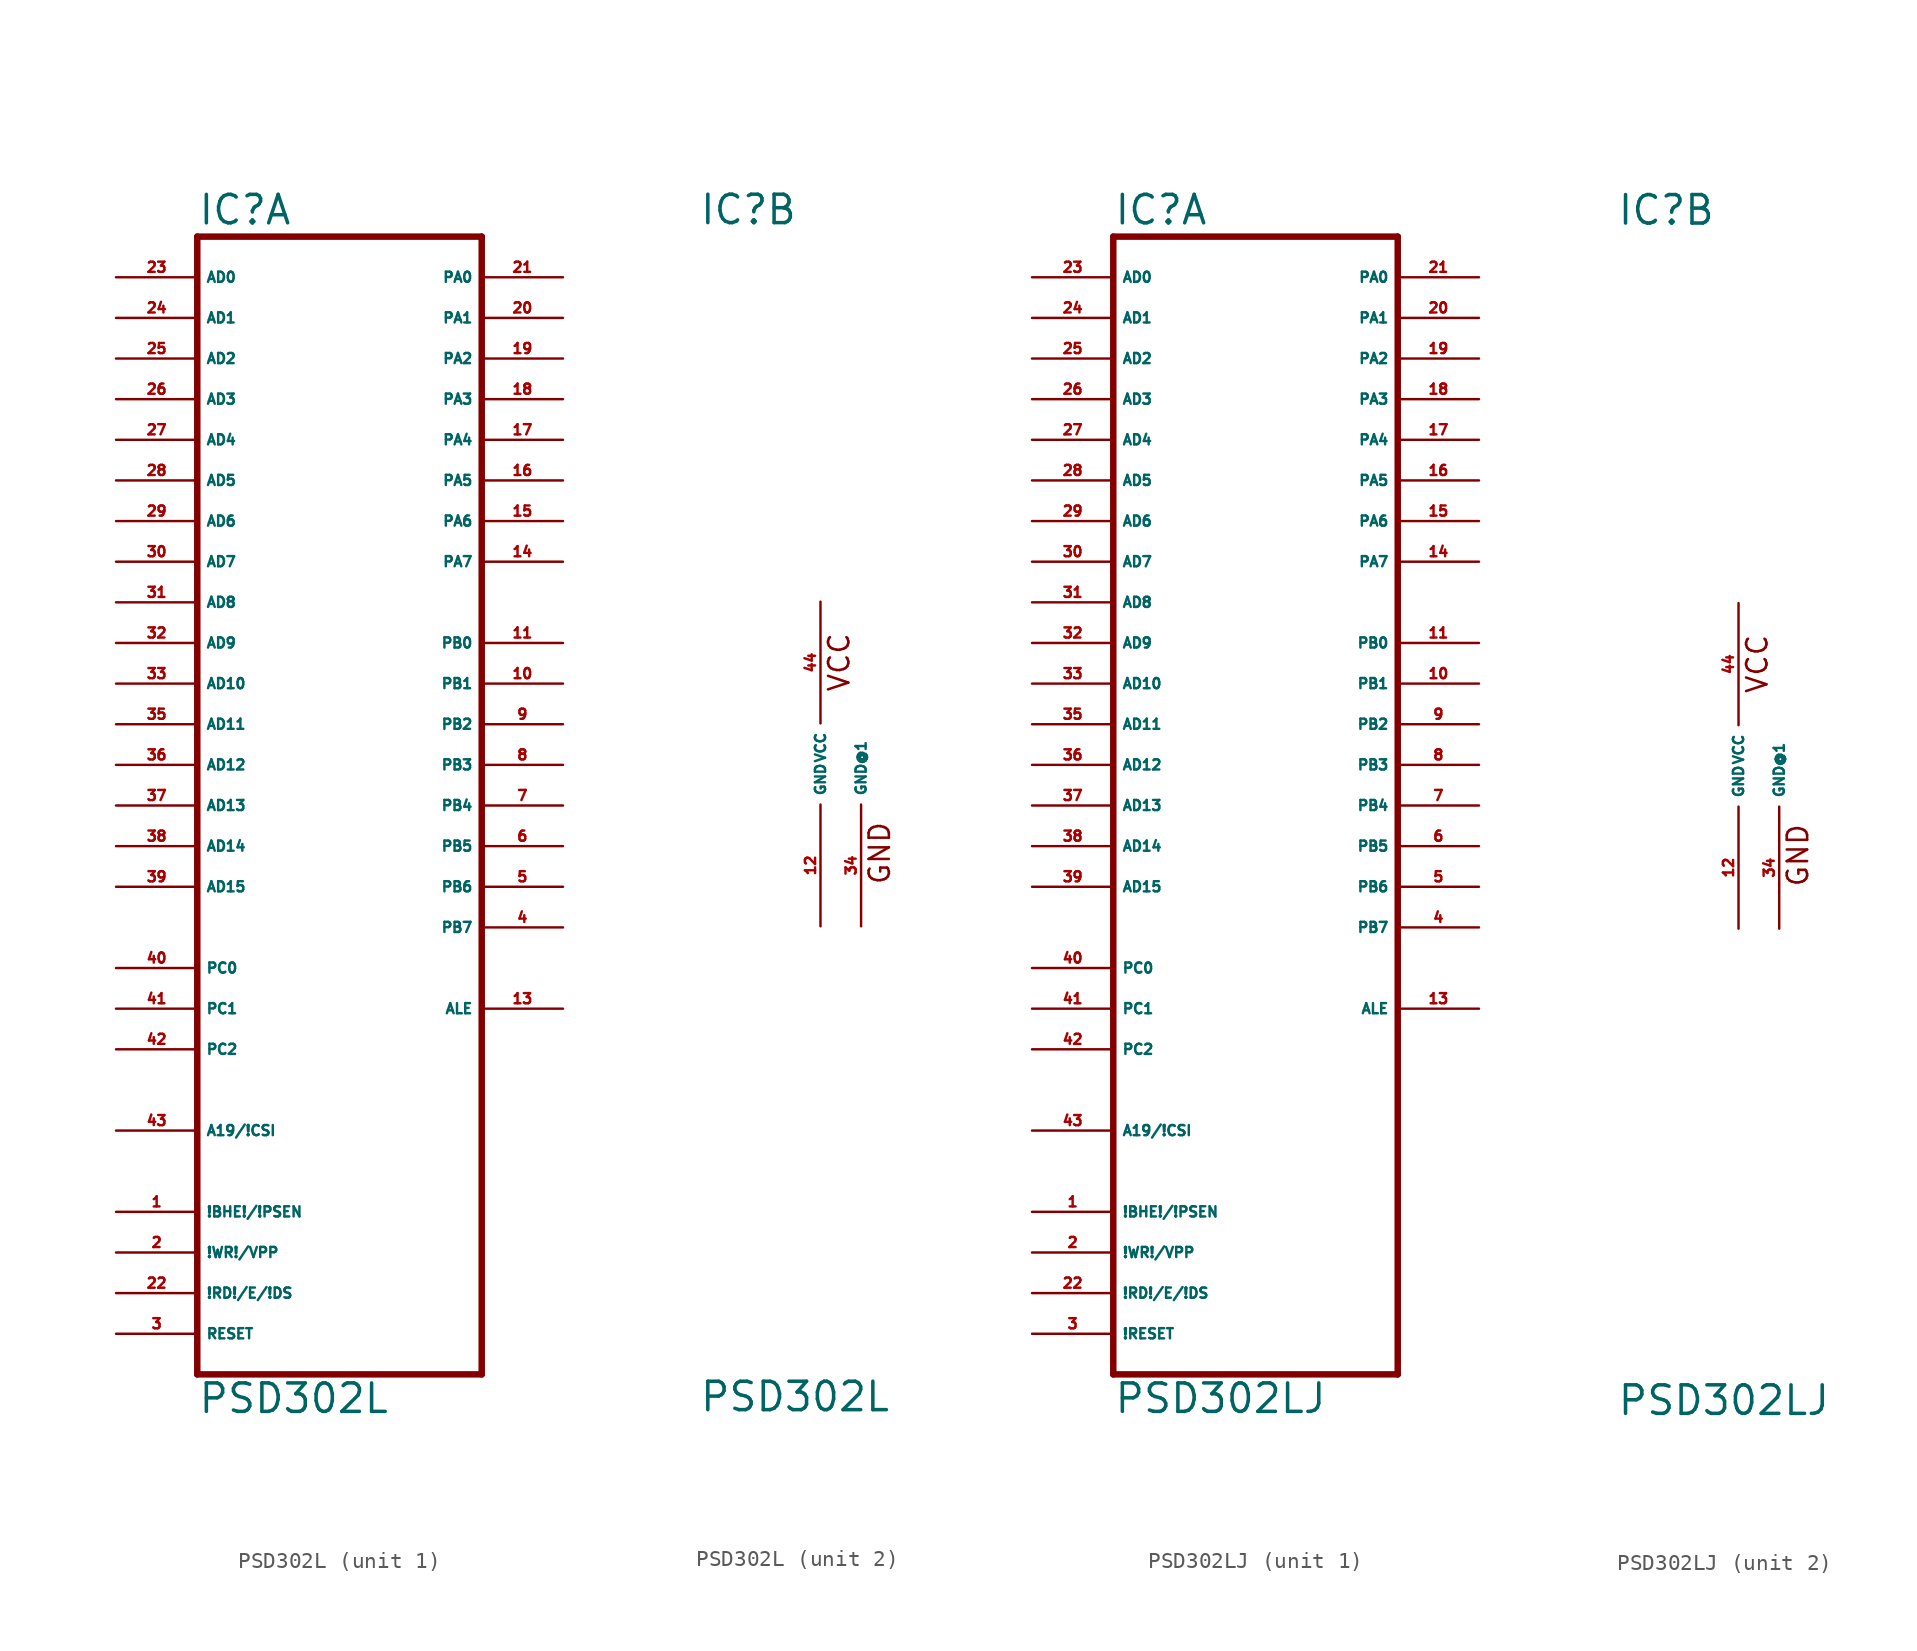
<source format=kicad_sym>
(kicad_symbol_lib
  (version 20220914)
  (generator Eagle2Kicad)
  (symbol "PSD302L"
    (property "Reference" "IC"
      (at -7.62 33.655 0)
      (effects (font (size 1.778 1.778) (thickness 0.22)) (justify left bottom)))
    (property "Value" "PSD302L"
      (at -7.62 -40.64 0)
      (effects (font (size 1.778 1.778) (thickness 0.22)) (justify left bottom)))
    (symbol "PSD302L_1_0"
      (polyline (pts (xy -7.62 -38.1) (xy 10.16 -38.1)) (stroke (width 0.406) (type default)) (fill (type none)))
      (polyline (pts (xy 10.16 -38.1) (xy 10.16 33.02)) (stroke (width 0.406) (type default)) (fill (type none)))
      (polyline (pts (xy 10.16 33.02) (xy -7.62 33.02)) (stroke (width 0.406) (type default)) (fill (type none)))
      (polyline (pts (xy -7.62 33.02) (xy -7.62 -38.1)) (stroke (width 0.406) (type default)) (fill (type none)))
      (pin input line (at -12.7 30.48 0) (length 5.08) (name "AD0" (effects (font (size 0.635 0.635) (thickness 0.08)) (justify left bottom))) (number "23" (effects (font (size 0.635 0.635) (thickness 0.08)) (justify left bottom))))
      (pin input line (at -12.7 27.94 0) (length 5.08) (name "AD1" (effects (font (size 0.635 0.635) (thickness 0.08)) (justify left bottom))) (number "24" (effects (font (size 0.635 0.635) (thickness 0.08)) (justify left bottom))))
      (pin input line (at -12.7 25.4 0) (length 5.08) (name "AD2" (effects (font (size 0.635 0.635) (thickness 0.08)) (justify left bottom))) (number "25" (effects (font (size 0.635 0.635) (thickness 0.08)) (justify left bottom))))
      (pin input line (at -12.7 22.86 0) (length 5.08) (name "AD3" (effects (font (size 0.635 0.635) (thickness 0.08)) (justify left bottom))) (number "26" (effects (font (size 0.635 0.635) (thickness 0.08)) (justify left bottom))))
      (pin input line (at -12.7 20.32 0) (length 5.08) (name "AD4" (effects (font (size 0.635 0.635) (thickness 0.08)) (justify left bottom))) (number "27" (effects (font (size 0.635 0.635) (thickness 0.08)) (justify left bottom))))
      (pin input line (at -12.7 17.78 0) (length 5.08) (name "AD5" (effects (font (size 0.635 0.635) (thickness 0.08)) (justify left bottom))) (number "28" (effects (font (size 0.635 0.635) (thickness 0.08)) (justify left bottom))))
      (pin input line (at -12.7 15.24 0) (length 5.08) (name "AD6" (effects (font (size 0.635 0.635) (thickness 0.08)) (justify left bottom))) (number "29" (effects (font (size 0.635 0.635) (thickness 0.08)) (justify left bottom))))
      (pin input line (at -12.7 12.7 0) (length 5.08) (name "AD7" (effects (font (size 0.635 0.635) (thickness 0.08)) (justify left bottom))) (number "30" (effects (font (size 0.635 0.635) (thickness 0.08)) (justify left bottom))))
      (pin input line (at -12.7 10.16 0) (length 5.08) (name "AD8" (effects (font (size 0.635 0.635) (thickness 0.08)) (justify left bottom))) (number "31" (effects (font (size 0.635 0.635) (thickness 0.08)) (justify left bottom))))
      (pin input line (at -12.7 7.62 0) (length 5.08) (name "AD9" (effects (font (size 0.635 0.635) (thickness 0.08)) (justify left bottom))) (number "32" (effects (font (size 0.635 0.635) (thickness 0.08)) (justify left bottom))))
      (pin input line (at -12.7 5.08 0) (length 5.08) (name "AD10" (effects (font (size 0.635 0.635) (thickness 0.08)) (justify left bottom))) (number "33" (effects (font (size 0.635 0.635) (thickness 0.08)) (justify left bottom))))
      (pin input line (at -12.7 2.54 0) (length 5.08) (name "AD11" (effects (font (size 0.635 0.635) (thickness 0.08)) (justify left bottom))) (number "35" (effects (font (size 0.635 0.635) (thickness 0.08)) (justify left bottom))))
      (pin input line (at -12.7 0 0) (length 5.08) (name "AD12" (effects (font (size 0.635 0.635) (thickness 0.08)) (justify left bottom))) (number "36" (effects (font (size 0.635 0.635) (thickness 0.08)) (justify left bottom))))
      (pin input line (at -12.7 -2.54 0) (length 5.08) (name "AD13" (effects (font (size 0.635 0.635) (thickness 0.08)) (justify left bottom))) (number "37" (effects (font (size 0.635 0.635) (thickness 0.08)) (justify left bottom))))
      (pin input line (at -12.7 -5.08 0) (length 5.08) (name "AD14" (effects (font (size 0.635 0.635) (thickness 0.08)) (justify left bottom))) (number "38" (effects (font (size 0.635 0.635) (thickness 0.08)) (justify left bottom))))
      (pin input line (at -12.7 -7.62 0) (length 5.08) (name "AD15" (effects (font (size 0.635 0.635) (thickness 0.08)) (justify left bottom))) (number "39" (effects (font (size 0.635 0.635) (thickness 0.08)) (justify left bottom))))
      (pin input line (at -12.7 -12.7 0) (length 5.08) (name "PC0" (effects (font (size 0.635 0.635) (thickness 0.08)) (justify left bottom))) (number "40" (effects (font (size 0.635 0.635) (thickness 0.08)) (justify left bottom))))
      (pin input line (at -12.7 -15.24 0) (length 5.08) (name "PC1" (effects (font (size 0.635 0.635) (thickness 0.08)) (justify left bottom))) (number "41" (effects (font (size 0.635 0.635) (thickness 0.08)) (justify left bottom))))
      (pin input line (at -12.7 -17.78 0) (length 5.08) (name "PC2" (effects (font (size 0.635 0.635) (thickness 0.08)) (justify left bottom))) (number "42" (effects (font (size 0.635 0.635) (thickness 0.08)) (justify left bottom))))
      (pin input line (at -12.7 -22.86 0) (length 5.08) (name "A19/!CSI" (effects (font (size 0.635 0.635) (thickness 0.08)) (justify left bottom))) (number "43" (effects (font (size 0.635 0.635) (thickness 0.08)) (justify left bottom))))
      (pin bidirectional line (at 15.24 30.48 180) (length 5.08) (name "PA0" (effects (font (size 0.635 0.635) (thickness 0.08)) (justify left bottom))) (number "21" (effects (font (size 0.635 0.635) (thickness 0.08)) (justify left bottom))))
      (pin bidirectional line (at 15.24 27.94 180) (length 5.08) (name "PA1" (effects (font (size 0.635 0.635) (thickness 0.08)) (justify left bottom))) (number "20" (effects (font (size 0.635 0.635) (thickness 0.08)) (justify left bottom))))
      (pin bidirectional line (at 15.24 25.4 180) (length 5.08) (name "PA2" (effects (font (size 0.635 0.635) (thickness 0.08)) (justify left bottom))) (number "19" (effects (font (size 0.635 0.635) (thickness 0.08)) (justify left bottom))))
      (pin bidirectional line (at 15.24 22.86 180) (length 5.08) (name "PA3" (effects (font (size 0.635 0.635) (thickness 0.08)) (justify left bottom))) (number "18" (effects (font (size 0.635 0.635) (thickness 0.08)) (justify left bottom))))
      (pin bidirectional line (at 15.24 20.32 180) (length 5.08) (name "PA4" (effects (font (size 0.635 0.635) (thickness 0.08)) (justify left bottom))) (number "17" (effects (font (size 0.635 0.635) (thickness 0.08)) (justify left bottom))))
      (pin bidirectional line (at 15.24 17.78 180) (length 5.08) (name "PA5" (effects (font (size 0.635 0.635) (thickness 0.08)) (justify left bottom))) (number "16" (effects (font (size 0.635 0.635) (thickness 0.08)) (justify left bottom))))
      (pin bidirectional line (at 15.24 15.24 180) (length 5.08) (name "PA6" (effects (font (size 0.635 0.635) (thickness 0.08)) (justify left bottom))) (number "15" (effects (font (size 0.635 0.635) (thickness 0.08)) (justify left bottom))))
      (pin bidirectional line (at 15.24 12.7 180) (length 5.08) (name "PA7" (effects (font (size 0.635 0.635) (thickness 0.08)) (justify left bottom))) (number "14" (effects (font (size 0.635 0.635) (thickness 0.08)) (justify left bottom))))
      (pin output line (at 15.24 7.62 180) (length 5.08) (name "PB0" (effects (font (size 0.635 0.635) (thickness 0.08)) (justify left bottom))) (number "11" (effects (font (size 0.635 0.635) (thickness 0.08)) (justify left bottom))))
      (pin output line (at 15.24 5.08 180) (length 5.08) (name "PB1" (effects (font (size 0.635 0.635) (thickness 0.08)) (justify left bottom))) (number "10" (effects (font (size 0.635 0.635) (thickness 0.08)) (justify left bottom))))
      (pin output line (at 15.24 2.54 180) (length 5.08) (name "PB2" (effects (font (size 0.635 0.635) (thickness 0.08)) (justify left bottom))) (number "9" (effects (font (size 0.635 0.635) (thickness 0.08)) (justify left bottom))))
      (pin output line (at 15.24 0 180) (length 5.08) (name "PB3" (effects (font (size 0.635 0.635) (thickness 0.08)) (justify left bottom))) (number "8" (effects (font (size 0.635 0.635) (thickness 0.08)) (justify left bottom))))
      (pin output line (at 15.24 -2.54 180) (length 5.08) (name "PB4" (effects (font (size 0.635 0.635) (thickness 0.08)) (justify left bottom))) (number "7" (effects (font (size 0.635 0.635) (thickness 0.08)) (justify left bottom))))
      (pin output line (at 15.24 -5.08 180) (length 5.08) (name "PB5" (effects (font (size 0.635 0.635) (thickness 0.08)) (justify left bottom))) (number "6" (effects (font (size 0.635 0.635) (thickness 0.08)) (justify left bottom))))
      (pin output line (at 15.24 -7.62 180) (length 5.08) (name "PB6" (effects (font (size 0.635 0.635) (thickness 0.08)) (justify left bottom))) (number "5" (effects (font (size 0.635 0.635) (thickness 0.08)) (justify left bottom))))
      (pin output line (at 15.24 -10.16 180) (length 5.08) (name "PB7" (effects (font (size 0.635 0.635) (thickness 0.08)) (justify left bottom))) (number "4" (effects (font (size 0.635 0.635) (thickness 0.08)) (justify left bottom))))
      (pin output line (at 15.24 -15.24 180) (length 5.08) (name "ALE" (effects (font (size 0.635 0.635) (thickness 0.08)) (justify left bottom))) (number "13" (effects (font (size 0.635 0.635) (thickness 0.08)) (justify left bottom))))
      (pin input line (at -12.7 -27.94 0) (length 5.08) (name "!BHE!/!PSEN" (effects (font (size 0.635 0.635) (thickness 0.08)) (justify left bottom))) (number "1" (effects (font (size 0.635 0.635) (thickness 0.08)) (justify left bottom))))
      (pin input line (at -12.7 -30.48 0) (length 5.08) (name "!WR!/VPP" (effects (font (size 0.635 0.635) (thickness 0.08)) (justify left bottom))) (number "2" (effects (font (size 0.635 0.635) (thickness 0.08)) (justify left bottom))))
      (pin input line (at -12.7 -33.02 0) (length 5.08) (name "!RD!/E/!DS" (effects (font (size 0.635 0.635) (thickness 0.08)) (justify left bottom))) (number "22" (effects (font (size 0.635 0.635) (thickness 0.08)) (justify left bottom))))
      (pin input line (at -12.7 -35.56 0) (length 5.08) (name "RESET" (effects (font (size 0.635 0.635) (thickness 0.08)) (justify left bottom))) (number "3" (effects (font (size 0.635 0.635) (thickness 0.08)) (justify left bottom)))))
    (symbol "PSD302L_2_0"
      (text "VCC" (at 1.905 4.445 900) (effects (font (size 1.27 1.27) (thickness 0.16)) (justify left bottom)))
      (text "GND" (at 4.445 -7.62 900) (effects (font (size 1.27 1.27) (thickness 0.16)) (justify left bottom)))
      (pin unspecified line (at 0 10.16 270) (length 7.62) (name "VCC" (effects (font (size 0.635 0.635) (thickness 0.08)) (justify left bottom))) (number "44" (effects (font (size 0.635 0.635) (thickness 0.08)) (justify left bottom))))
      (pin unspecified line (at 0 -10.16 90) (length 7.62) (name "GND" (effects (font (size 0.635 0.635) (thickness 0.08)) (justify left bottom))) (number "12" (effects (font (size 0.635 0.635) (thickness 0.08)) (justify left bottom))))
      (pin unspecified line (at 2.54 -10.16 90) (length 7.62) (name "GND@1" (effects (font (size 0.635 0.635) (thickness 0.08)) (justify left bottom))) (number "34" (effects (font (size 0.635 0.635) (thickness 0.08)) (justify left bottom))))))
  (symbol "PSD302LJ"
    (property "Reference" "IC"
      (at -7.62 33.655 0)
      (effects (font (size 1.778 1.778) (thickness 0.22)) (justify left bottom)))
    (property "Value" "PSD302LJ"
      (at -7.62 -40.64 0)
      (effects (font (size 1.778 1.778) (thickness 0.22)) (justify left bottom)))
    (symbol "PSD302LJ_1_0"
      (polyline (pts (xy -7.62 -38.1) (xy 10.16 -38.1)) (stroke (width 0.406) (type default)) (fill (type none)))
      (polyline (pts (xy 10.16 -38.1) (xy 10.16 33.02)) (stroke (width 0.406) (type default)) (fill (type none)))
      (polyline (pts (xy 10.16 33.02) (xy -7.62 33.02)) (stroke (width 0.406) (type default)) (fill (type none)))
      (polyline (pts (xy -7.62 33.02) (xy -7.62 -38.1)) (stroke (width 0.406) (type default)) (fill (type none)))
      (pin input line (at -12.7 30.48 0) (length 5.08) (name "AD0" (effects (font (size 0.635 0.635) (thickness 0.08)) (justify left bottom))) (number "23" (effects (font (size 0.635 0.635) (thickness 0.08)) (justify left bottom))))
      (pin input line (at -12.7 27.94 0) (length 5.08) (name "AD1" (effects (font (size 0.635 0.635) (thickness 0.08)) (justify left bottom))) (number "24" (effects (font (size 0.635 0.635) (thickness 0.08)) (justify left bottom))))
      (pin input line (at -12.7 25.4 0) (length 5.08) (name "AD2" (effects (font (size 0.635 0.635) (thickness 0.08)) (justify left bottom))) (number "25" (effects (font (size 0.635 0.635) (thickness 0.08)) (justify left bottom))))
      (pin input line (at -12.7 22.86 0) (length 5.08) (name "AD3" (effects (font (size 0.635 0.635) (thickness 0.08)) (justify left bottom))) (number "26" (effects (font (size 0.635 0.635) (thickness 0.08)) (justify left bottom))))
      (pin input line (at -12.7 20.32 0) (length 5.08) (name "AD4" (effects (font (size 0.635 0.635) (thickness 0.08)) (justify left bottom))) (number "27" (effects (font (size 0.635 0.635) (thickness 0.08)) (justify left bottom))))
      (pin input line (at -12.7 17.78 0) (length 5.08) (name "AD5" (effects (font (size 0.635 0.635) (thickness 0.08)) (justify left bottom))) (number "28" (effects (font (size 0.635 0.635) (thickness 0.08)) (justify left bottom))))
      (pin input line (at -12.7 15.24 0) (length 5.08) (name "AD6" (effects (font (size 0.635 0.635) (thickness 0.08)) (justify left bottom))) (number "29" (effects (font (size 0.635 0.635) (thickness 0.08)) (justify left bottom))))
      (pin input line (at -12.7 12.7 0) (length 5.08) (name "AD7" (effects (font (size 0.635 0.635) (thickness 0.08)) (justify left bottom))) (number "30" (effects (font (size 0.635 0.635) (thickness 0.08)) (justify left bottom))))
      (pin input line (at -12.7 10.16 0) (length 5.08) (name "AD8" (effects (font (size 0.635 0.635) (thickness 0.08)) (justify left bottom))) (number "31" (effects (font (size 0.635 0.635) (thickness 0.08)) (justify left bottom))))
      (pin input line (at -12.7 7.62 0) (length 5.08) (name "AD9" (effects (font (size 0.635 0.635) (thickness 0.08)) (justify left bottom))) (number "32" (effects (font (size 0.635 0.635) (thickness 0.08)) (justify left bottom))))
      (pin input line (at -12.7 5.08 0) (length 5.08) (name "AD10" (effects (font (size 0.635 0.635) (thickness 0.08)) (justify left bottom))) (number "33" (effects (font (size 0.635 0.635) (thickness 0.08)) (justify left bottom))))
      (pin input line (at -12.7 2.54 0) (length 5.08) (name "AD11" (effects (font (size 0.635 0.635) (thickness 0.08)) (justify left bottom))) (number "35" (effects (font (size 0.635 0.635) (thickness 0.08)) (justify left bottom))))
      (pin input line (at -12.7 0 0) (length 5.08) (name "AD12" (effects (font (size 0.635 0.635) (thickness 0.08)) (justify left bottom))) (number "36" (effects (font (size 0.635 0.635) (thickness 0.08)) (justify left bottom))))
      (pin input line (at -12.7 -2.54 0) (length 5.08) (name "AD13" (effects (font (size 0.635 0.635) (thickness 0.08)) (justify left bottom))) (number "37" (effects (font (size 0.635 0.635) (thickness 0.08)) (justify left bottom))))
      (pin input line (at -12.7 -5.08 0) (length 5.08) (name "AD14" (effects (font (size 0.635 0.635) (thickness 0.08)) (justify left bottom))) (number "38" (effects (font (size 0.635 0.635) (thickness 0.08)) (justify left bottom))))
      (pin input line (at -12.7 -7.62 0) (length 5.08) (name "AD15" (effects (font (size 0.635 0.635) (thickness 0.08)) (justify left bottom))) (number "39" (effects (font (size 0.635 0.635) (thickness 0.08)) (justify left bottom))))
      (pin input line (at -12.7 -12.7 0) (length 5.08) (name "PC0" (effects (font (size 0.635 0.635) (thickness 0.08)) (justify left bottom))) (number "40" (effects (font (size 0.635 0.635) (thickness 0.08)) (justify left bottom))))
      (pin input line (at -12.7 -15.24 0) (length 5.08) (name "PC1" (effects (font (size 0.635 0.635) (thickness 0.08)) (justify left bottom))) (number "41" (effects (font (size 0.635 0.635) (thickness 0.08)) (justify left bottom))))
      (pin input line (at -12.7 -17.78 0) (length 5.08) (name "PC2" (effects (font (size 0.635 0.635) (thickness 0.08)) (justify left bottom))) (number "42" (effects (font (size 0.635 0.635) (thickness 0.08)) (justify left bottom))))
      (pin input line (at -12.7 -22.86 0) (length 5.08) (name "A19/!CSI" (effects (font (size 0.635 0.635) (thickness 0.08)) (justify left bottom))) (number "43" (effects (font (size 0.635 0.635) (thickness 0.08)) (justify left bottom))))
      (pin bidirectional line (at 15.24 30.48 180) (length 5.08) (name "PA0" (effects (font (size 0.635 0.635) (thickness 0.08)) (justify left bottom))) (number "21" (effects (font (size 0.635 0.635) (thickness 0.08)) (justify left bottom))))
      (pin bidirectional line (at 15.24 27.94 180) (length 5.08) (name "PA1" (effects (font (size 0.635 0.635) (thickness 0.08)) (justify left bottom))) (number "20" (effects (font (size 0.635 0.635) (thickness 0.08)) (justify left bottom))))
      (pin bidirectional line (at 15.24 25.4 180) (length 5.08) (name "PA2" (effects (font (size 0.635 0.635) (thickness 0.08)) (justify left bottom))) (number "19" (effects (font (size 0.635 0.635) (thickness 0.08)) (justify left bottom))))
      (pin bidirectional line (at 15.24 22.86 180) (length 5.08) (name "PA3" (effects (font (size 0.635 0.635) (thickness 0.08)) (justify left bottom))) (number "18" (effects (font (size 0.635 0.635) (thickness 0.08)) (justify left bottom))))
      (pin bidirectional line (at 15.24 20.32 180) (length 5.08) (name "PA4" (effects (font (size 0.635 0.635) (thickness 0.08)) (justify left bottom))) (number "17" (effects (font (size 0.635 0.635) (thickness 0.08)) (justify left bottom))))
      (pin bidirectional line (at 15.24 17.78 180) (length 5.08) (name "PA5" (effects (font (size 0.635 0.635) (thickness 0.08)) (justify left bottom))) (number "16" (effects (font (size 0.635 0.635) (thickness 0.08)) (justify left bottom))))
      (pin bidirectional line (at 15.24 15.24 180) (length 5.08) (name "PA6" (effects (font (size 0.635 0.635) (thickness 0.08)) (justify left bottom))) (number "15" (effects (font (size 0.635 0.635) (thickness 0.08)) (justify left bottom))))
      (pin bidirectional line (at 15.24 12.7 180) (length 5.08) (name "PA7" (effects (font (size 0.635 0.635) (thickness 0.08)) (justify left bottom))) (number "14" (effects (font (size 0.635 0.635) (thickness 0.08)) (justify left bottom))))
      (pin output line (at 15.24 7.62 180) (length 5.08) (name "PB0" (effects (font (size 0.635 0.635) (thickness 0.08)) (justify left bottom))) (number "11" (effects (font (size 0.635 0.635) (thickness 0.08)) (justify left bottom))))
      (pin output line (at 15.24 5.08 180) (length 5.08) (name "PB1" (effects (font (size 0.635 0.635) (thickness 0.08)) (justify left bottom))) (number "10" (effects (font (size 0.635 0.635) (thickness 0.08)) (justify left bottom))))
      (pin output line (at 15.24 2.54 180) (length 5.08) (name "PB2" (effects (font (size 0.635 0.635) (thickness 0.08)) (justify left bottom))) (number "9" (effects (font (size 0.635 0.635) (thickness 0.08)) (justify left bottom))))
      (pin output line (at 15.24 0 180) (length 5.08) (name "PB3" (effects (font (size 0.635 0.635) (thickness 0.08)) (justify left bottom))) (number "8" (effects (font (size 0.635 0.635) (thickness 0.08)) (justify left bottom))))
      (pin output line (at 15.24 -2.54 180) (length 5.08) (name "PB4" (effects (font (size 0.635 0.635) (thickness 0.08)) (justify left bottom))) (number "7" (effects (font (size 0.635 0.635) (thickness 0.08)) (justify left bottom))))
      (pin output line (at 15.24 -5.08 180) (length 5.08) (name "PB5" (effects (font (size 0.635 0.635) (thickness 0.08)) (justify left bottom))) (number "6" (effects (font (size 0.635 0.635) (thickness 0.08)) (justify left bottom))))
      (pin output line (at 15.24 -7.62 180) (length 5.08) (name "PB6" (effects (font (size 0.635 0.635) (thickness 0.08)) (justify left bottom))) (number "5" (effects (font (size 0.635 0.635) (thickness 0.08)) (justify left bottom))))
      (pin output line (at 15.24 -10.16 180) (length 5.08) (name "PB7" (effects (font (size 0.635 0.635) (thickness 0.08)) (justify left bottom))) (number "4" (effects (font (size 0.635 0.635) (thickness 0.08)) (justify left bottom))))
      (pin output line (at 15.24 -15.24 180) (length 5.08) (name "ALE" (effects (font (size 0.635 0.635) (thickness 0.08)) (justify left bottom))) (number "13" (effects (font (size 0.635 0.635) (thickness 0.08)) (justify left bottom))))
      (pin input line (at -12.7 -27.94 0) (length 5.08) (name "!BHE!/!PSEN" (effects (font (size 0.635 0.635) (thickness 0.08)) (justify left bottom))) (number "1" (effects (font (size 0.635 0.635) (thickness 0.08)) (justify left bottom))))
      (pin input line (at -12.7 -30.48 0) (length 5.08) (name "!WR!/VPP" (effects (font (size 0.635 0.635) (thickness 0.08)) (justify left bottom))) (number "2" (effects (font (size 0.635 0.635) (thickness 0.08)) (justify left bottom))))
      (pin input line (at -12.7 -33.02 0) (length 5.08) (name "!RD!/E/!DS" (effects (font (size 0.635 0.635) (thickness 0.08)) (justify left bottom))) (number "22" (effects (font (size 0.635 0.635) (thickness 0.08)) (justify left bottom))))
      (pin input line (at -12.7 -35.56 0) (length 5.08) (name "!RESET" (effects (font (size 0.635 0.635) (thickness 0.08)) (justify left bottom))) (number "3" (effects (font (size 0.635 0.635) (thickness 0.08)) (justify left bottom)))))
    (symbol "PSD302LJ_2_0"
      (text "VCC" (at 1.905 4.445 900) (effects (font (size 1.27 1.27) (thickness 0.16)) (justify left bottom)))
      (text "GND" (at 4.445 -7.62 900) (effects (font (size 1.27 1.27) (thickness 0.16)) (justify left bottom)))
      (pin unspecified line (at 0 10.16 270) (length 7.62) (name "VCC" (effects (font (size 0.635 0.635) (thickness 0.08)) (justify left bottom))) (number "44" (effects (font (size 0.635 0.635) (thickness 0.08)) (justify left bottom))))
      (pin unspecified line (at 0 -10.16 90) (length 7.62) (name "GND" (effects (font (size 0.635 0.635) (thickness 0.08)) (justify left bottom))) (number "12" (effects (font (size 0.635 0.635) (thickness 0.08)) (justify left bottom))))
      (pin unspecified line (at 2.54 -10.16 90) (length 7.62) (name "GND@1" (effects (font (size 0.635 0.635) (thickness 0.08)) (justify left bottom))) (number "34" (effects (font (size 0.635 0.635) (thickness 0.08)) (justify left bottom)))))))
</source>
